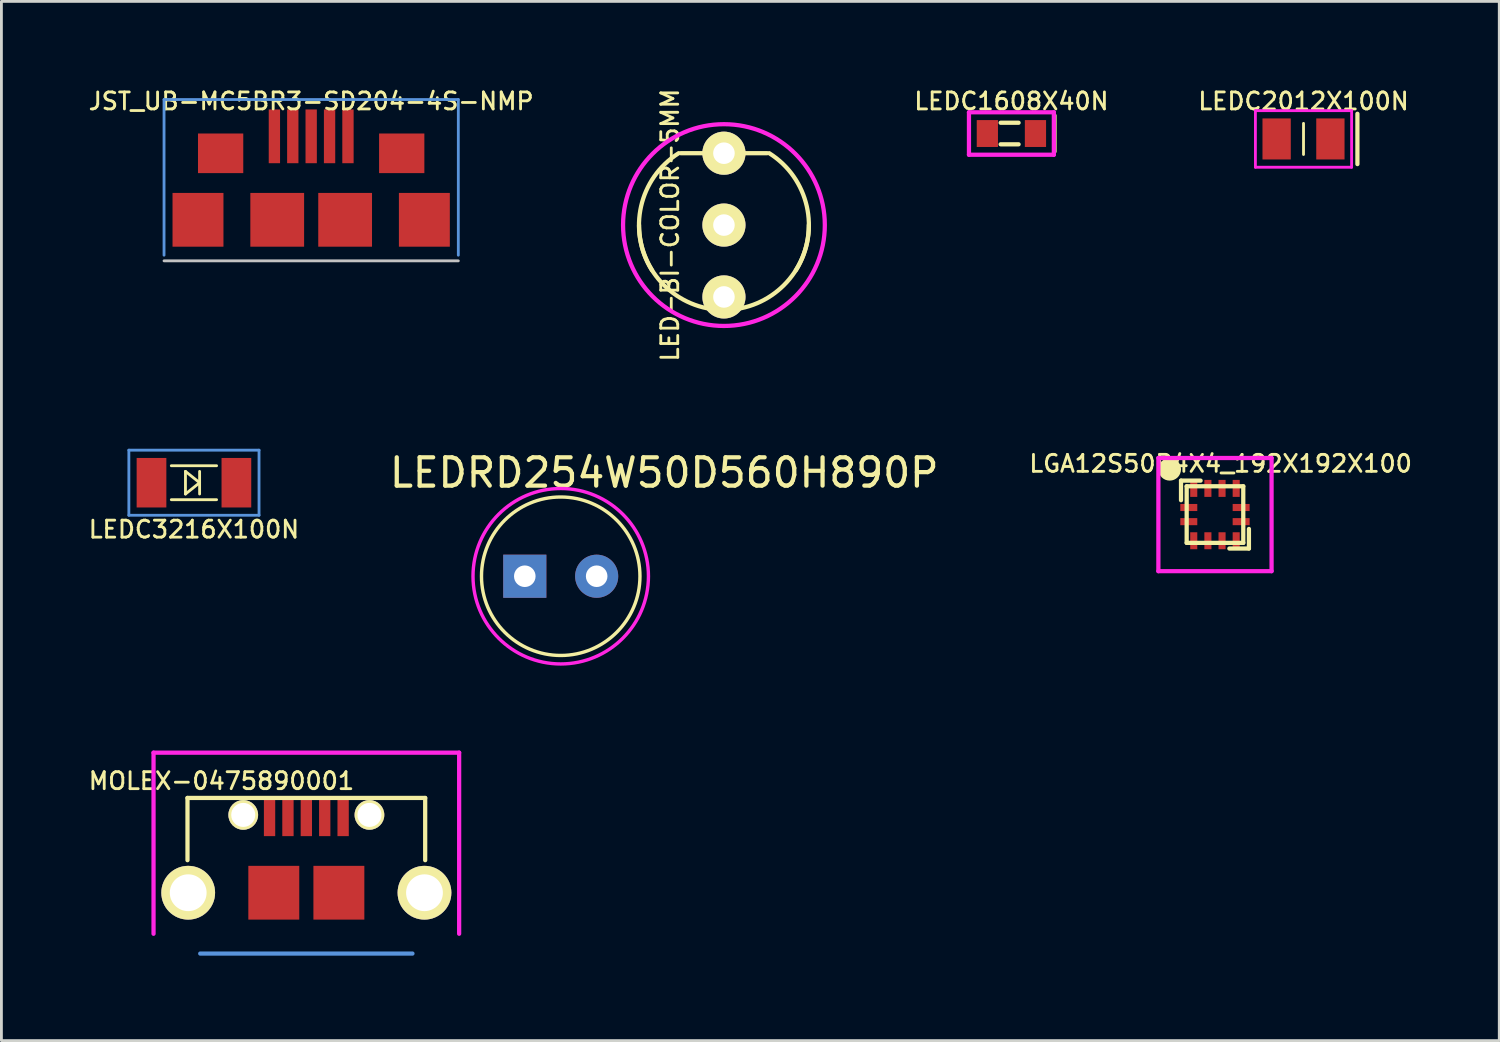
<source format=kicad_pcb>
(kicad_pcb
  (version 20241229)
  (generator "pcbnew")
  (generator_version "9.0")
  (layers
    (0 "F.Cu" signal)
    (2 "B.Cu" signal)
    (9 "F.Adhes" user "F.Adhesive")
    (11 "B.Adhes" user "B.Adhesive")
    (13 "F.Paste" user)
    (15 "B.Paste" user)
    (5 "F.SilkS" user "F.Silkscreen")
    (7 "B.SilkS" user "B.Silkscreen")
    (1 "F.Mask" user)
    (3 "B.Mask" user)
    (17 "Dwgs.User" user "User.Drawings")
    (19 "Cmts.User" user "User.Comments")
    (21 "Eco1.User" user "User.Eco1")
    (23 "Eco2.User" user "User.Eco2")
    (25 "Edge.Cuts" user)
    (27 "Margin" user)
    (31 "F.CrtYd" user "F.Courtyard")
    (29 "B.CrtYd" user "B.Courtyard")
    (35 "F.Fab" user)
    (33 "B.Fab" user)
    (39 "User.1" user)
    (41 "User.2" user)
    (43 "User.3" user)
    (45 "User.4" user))
  (footprint "MOLEX-0475890001"
    (layer "F.Cu")
    (at 7.776 29.949)
    (property "Reference" "MOLEX-0475890001" (at -3 -5.4 0) (layer "F.SilkS") (effects (font (size 0.6 0.6) (thickness 0.1))))
    (attr through_hole)
    (fp_line (start -4.2 -4.8) (end 4.2 -4.8) (stroke (width 0.15) (type solid)) (layer "F.SilkS"))
    (fp_line (start -4.2 -2.6) (end -4.2 -4.8) (stroke (width 0.15) (type solid)) (layer "F.SilkS"))
    (fp_line (start 4.2 -4.8) (end 4.2 -2.6) (stroke (width 0.15) (type solid)) (layer "F.SilkS"))
    (fp_line (start -3.75 0.7) (end 3.75 0.7) (stroke (width 0.15) (type solid)) (layer "Cmts.User"))
    (fp_line (start -5 0) (end 5 0) (stroke (width 0.15) (type solid)) (layer "Margin"))
    (fp_line (start -5.4 -6.4) (end -5.4 0) (stroke (width 0.15) (type solid)) (layer "F.CrtYd"))
    (fp_line (start 5.4 -6.4) (end -5.4 -6.4) (stroke (width 0.15) (type solid)) (layer "F.CrtYd"))
    (fp_line (start 5.4 0) (end 5.4 -6.4) (stroke (width 0.15) (type solid)) (layer "F.CrtYd"))
    (pad "" thru_hole circle (at -4.175 -1.45) (size 1.9 1.9) (drill 1.3) (layers "*.Cu" "*.Mask" "F.SilkS"))
    (pad "" thru_hole circle (at -2.23 -4.2) (size 1.05 1.05) (drill 0.85) (layers "*.Cu" "*.Mask" "F.SilkS"))
    (pad "" smd rect (at -1.15 -1.45) (size 1.8 1.9) (layers "F.Cu" "F.Mask" "F.Paste"))
    (pad "" smd rect (at 1.15 -1.45) (size 1.8 1.9) (layers "F.Cu" "F.Mask" "F.Paste"))
    (pad "" thru_hole circle (at 2.23 -4.2) (size 1.05 1.05) (drill 0.85) (layers "*.Cu" "*.Mask" "F.SilkS"))
    (pad "" thru_hole circle (at 4.175 -1.45) (size 1.9 1.9) (drill 1.3) (layers "*.Cu" "*.Mask" "F.SilkS"))
    (pad "1" smd rect (at -1.3 -4.125) (size 0.4 1.35) (layers "F.Cu" "F.Mask" "F.Paste"))
    (pad "2" smd rect (at -0.65 -4.125) (size 0.4 1.35) (layers "F.Cu" "F.Mask" "F.Paste"))
    (pad "3" smd rect (at 0 -4.125) (size 0.4 1.35) (layers "F.Cu" "F.Mask" "F.Paste"))
    (pad "4" smd rect (at 0.65 -4.125) (size 0.4 1.35) (layers "F.Cu" "F.Mask" "F.Paste"))
    (pad "5" smd rect (at 1.3 -4.125) (size 0.4 1.35) (layers "F.Cu" "F.Mask" "F.Paste")))
  (footprint "LGA12S50P4X4_192X192X100"
    (layer "F.Cu")
    (at 39.887 15.135)
    (property "Reference" "LGA12S50P4X4_192X192X100" (at 0.2 -1.8 0) (layer "F.SilkS") (effects (font (size 0.6 0.6) (thickness 0.1))))
    (attr through_hole)
    (fp_line (start -1.2 -1.2) (end -1.2 -0.508) (stroke (width 0.15) (type solid)) (layer "F.SilkS"))
    (fp_line (start -1 -1) (end 1 -1) (stroke (width 0.15) (type solid)) (layer "F.SilkS"))
    (fp_line (start -1 1) (end -1 -1) (stroke (width 0.15) (type solid)) (layer "F.SilkS"))
    (fp_line (start -0.508 -1.2) (end -1.2 -1.2) (stroke (width 0.15) (type solid)) (layer "F.SilkS"))
    (fp_line (start 1 -1) (end 1 1) (stroke (width 0.15) (type solid)) (layer "F.SilkS"))
    (fp_line (start 1 1) (end -1 1) (stroke (width 0.15) (type solid)) (layer "F.SilkS"))
    (fp_line (start 1.2 0.508) (end 1.2 1.2) (stroke (width 0.15) (type solid)) (layer "F.SilkS"))
    (fp_line (start 1.2 1.2) (end 0.508 1.2) (stroke (width 0.15) (type solid)) (layer "F.SilkS"))
    (fp_circle (center -1.6 -1.6) (end -1.4 -1.6) (stroke (width 0.4) (type solid)) (fill no) (layer "F.SilkS"))
    (fp_line (start -2 -2) (end 2 -2) (stroke (width 0.15) (type solid)) (layer "F.CrtYd"))
    (fp_line (start -2 2) (end -2 -2) (stroke (width 0.15) (type solid)) (layer "F.CrtYd"))
    (fp_line (start 2 -2) (end 2 2) (stroke (width 0.15) (type solid)) (layer "F.CrtYd"))
    (fp_line (start 2 2) (end -2 2) (stroke (width 0.15) (type solid)) (layer "F.CrtYd"))
    (pad "1" smd rect (at -0.75 -0.925) (size 0.25 0.6) (layers "F.Cu" "F.Mask" "F.Paste"))
    (pad "2" smd rect (at -0.925 -0.25) (size 0.6 0.25) (layers "F.Cu" "F.Mask" "F.Paste"))
    (pad "3" smd rect (at -0.925 0.25) (size 0.6 0.25) (layers "F.Cu" "F.Mask" "F.Paste"))
    (pad "4" smd rect (at -0.75 0.925) (size 0.25 0.6) (layers "F.Cu" "F.Mask" "F.Paste"))
    (pad "5" smd rect (at -0.25 0.925) (size 0.25 0.6) (layers "F.Cu" "F.Mask" "F.Paste"))
    (pad "6" smd rect (at 0.25 0.925) (size 0.25 0.6) (layers "F.Cu" "F.Mask" "F.Paste"))
    (pad "7" smd rect (at 0.75 0.925) (size 0.25 0.6) (layers "F.Cu" "F.Mask" "F.Paste"))
    (pad "8" smd rect (at 0.925 0.25) (size 0.6 0.25) (layers "F.Cu" "F.Mask" "F.Paste"))
    (pad "9" smd rect (at 0.925 -0.25) (size 0.6 0.25) (layers "F.Cu" "F.Mask" "F.Paste"))
    (pad "10" smd rect (at 0.75 -0.925) (size 0.25 0.6) (layers "F.Cu" "F.Mask" "F.Paste"))
    (pad "11" smd rect (at 0.25 -0.925) (size 0.25 0.6) (layers "F.Cu" "F.Mask" "F.Paste"))
    (pad "12" smd rect (at -0.25 -0.925) (size 0.25 0.6) (layers "F.Cu" "F.Mask" "F.Paste")))
  (footprint "LEDC3216X100N"
    (layer "F.Cu")
    (at 3.804 14.009)
    (property "Reference" "LEDC3216X100N" (at 0 1.651 0) (layer "F.SilkS") (effects (font (size 0.6 0.6) (thickness 0.1))))
    (attr through_hole)
    (fp_line (start -0.8 -0.6) (end 0.8 -0.6) (stroke (width 0.1) (type solid)) (layer "F.SilkS"))
    (fp_line (start -0.8 0.6) (end 0.8 0.6) (stroke (width 0.1) (type solid)) (layer "F.SilkS"))
    (fp_line (start -0.3 -0.4) (end -0.3 0.4) (stroke (width 0.1) (type solid)) (layer "F.SilkS"))
    (fp_line (start -0.3 0.4) (end 0.2 0) (stroke (width 0.1) (type solid)) (layer "F.SilkS"))
    (fp_line (start 0.2 0) (end -0.3 -0.4) (stroke (width 0.1) (type solid)) (layer "F.SilkS"))
    (fp_line (start 0.2 0.4) (end 0.2 -0.4) (stroke (width 0.1) (type solid)) (layer "F.SilkS"))
    (fp_line (start -2.3 -1.15) (end 2.3 -1.15) (stroke (width 0.1) (type solid)) (layer "Cmts.User"))
    (fp_line (start -2.3 1.15) (end -2.3 -1.15) (stroke (width 0.1) (type solid)) (layer "Cmts.User"))
    (fp_line (start 2.3 -1.15) (end 2.3 1.15) (stroke (width 0.1) (type solid)) (layer "Cmts.User"))
    (fp_line (start 2.3 1.15) (end -2.3 1.15) (stroke (width 0.1) (type solid)) (layer "Cmts.User"))
    (pad "1" smd rect (at -1.5 0) (size 1.05 1.75) (layers "F.Cu" "F.Mask" "F.Paste"))
    (pad "2" smd rect (at 1.5 0) (size 1.05 1.75) (layers "F.Cu" "F.Mask" "F.Paste")))
  (footprint "LEDC2012X100N"
    (layer "F.Cu")
    (at 43.016 1.86)
    (property "Reference" "LEDC2012X100N" (at 0 -1.333 180) (layer "F.SilkS") (effects (font (size 0.6 0.6) (thickness 0.1))))
    (attr through_hole)
    (fp_line (start 0 -0.55) (end 0 0.55) (stroke (width 0.1) (type solid)) (layer "F.SilkS"))
    (fp_line (start 1.905 -0.889) (end 1.905 0.889) (stroke (width 0.15) (type solid)) (layer "F.SilkS"))
    (fp_line (start -1.7 -1) (end 1.7 -1) (stroke (width 0.1) (type solid)) (layer "F.CrtYd"))
    (fp_line (start -1.7 1) (end -1.7 -1) (stroke (width 0.1) (type solid)) (layer "F.CrtYd"))
    (fp_line (start 1.7 -1) (end 1.7 1) (stroke (width 0.1) (type solid)) (layer "F.CrtYd"))
    (fp_line (start 1.7 1) (end -1.7 1) (stroke (width 0.1) (type solid)) (layer "F.CrtYd"))
    (pad "1" smd rect (at -0.95 0) (size 1 1.45) (layers "F.Cu" "F.Mask" "F.Paste"))
    (pad "2" smd rect (at 0.95 0) (size 1 1.45) (layers "F.Cu" "F.Mask" "F.Paste")))
  (footprint "JST_UB-MC5BR3-SD204-4S-NMP"
    (layer "F.Cu")
    (at 7.947 4.718)
    (property "Reference" "JST_UB-MC5BR3-SD204-4S-NMP" (at 0 -4.191 0) (layer "F.SilkS") (effects (font (size 0.6 0.6) (thickness 0.1))))
    (attr through_hole)
    (fp_line (start -5.2 1.45) (end 5.2 1.45) (stroke (width 0.1) (type solid)) (layer "Dwgs.User"))
    (fp_line (start -5.2 -4.25) (end 5.2 -4.25) (stroke (width 0.1) (type solid)) (layer "Cmts.User"))
    (fp_line (start -5.2 1.25) (end -5.2 -4.25) (stroke (width 0.1) (type solid)) (layer "Cmts.User"))
    (fp_line (start 5.2 -4.25) (end 5.2 1.25) (stroke (width 0.1) (type solid)) (layer "Cmts.User"))
    (pad "" smd rect (at -4 0) (size 1.8 1.9) (layers "F.Cu" "F.Mask" "F.Paste"))
    (pad "" smd rect (at -3.2 -2.35) (size 1.6 1.4) (layers "F.Cu" "F.Mask" "F.Paste"))
    (pad "" smd rect (at -1.2 0) (size 1.9 1.9) (layers "F.Cu" "F.Mask" "F.Paste"))
    (pad "" smd rect (at 1.2 0) (size 1.9 1.9) (layers "F.Cu" "F.Mask" "F.Paste"))
    (pad "" smd rect (at 3.2 -2.35) (size 1.6 1.4) (layers "F.Cu" "F.Mask" "F.Paste"))
    (pad "" smd rect (at 4 0) (size 1.8 1.9) (layers "F.Cu" "F.Mask" "F.Paste"))
    (pad "1" smd rect (at -1.3 -2.95) (size 0.4 1.9) (layers "F.Cu" "F.Mask" "F.Paste"))
    (pad "2" smd rect (at -0.65 -2.95) (size 0.4 1.9) (layers "F.Cu" "F.Mask" "F.Paste"))
    (pad "3" smd rect (at 0 -2.95) (size 0.4 1.9) (layers "F.Cu" "F.Mask" "F.Paste"))
    (pad "4" smd rect (at 0.65 -2.95) (size 0.4 1.9) (layers "F.Cu" "F.Mask" "F.Paste"))
    (pad "5" smd rect (at 1.3 -2.95) (size 0.4 1.9) (layers "F.Cu" "F.Mask" "F.Paste")))
  (footprint "LED-BI-COLOR-5MM"
    (layer "F.Cu")
    (at 22.534 4.904)
    (property "Reference" "LED-BI-COLOR-5MM" (at -1.905 0 90) (layer "F.SilkS") (effects (font (size 0.6 0.6) (thickness 0.1))))
    (attr through_hole)
    (fp_line (start -1.524 -2.54) (end 1.524 -2.54) (stroke (width 0.15) (type solid)) (layer "F.SilkS"))
    (fp_arc (start -2.54 1.6) (mid -2.927422 -0.66468) (end -1.6 -2.54) (stroke (width 0.15) (type solid)) (layer "F.SilkS"))
    (fp_arc (start 0 3) (mid -2.12132 2.12132) (end -3 0) (stroke (width 0.15) (type solid)) (layer "F.SilkS"))
    (fp_arc (start 1.6 -2.54) (mid 2.927422 -0.66468) (end 2.54 1.6) (stroke (width 0.15) (type solid)) (layer "F.SilkS"))
    (fp_arc (start 3 0) (mid 2.12132 2.12132) (end 0 3) (stroke (width 0.15) (type solid)) (layer "F.SilkS"))
    (fp_circle (center 0 0) (end 3.556 -0.254) (stroke (width 0.15) (type solid)) (fill no) (layer "F.CrtYd"))
    (pad "1" thru_hole circle (at 0 -2.54) (size 1.524 1.524) (drill 0.762) (layers "*.Cu" "*.Mask" "F.SilkS"))
    (pad "2" thru_hole circle (at 0 0) (size 1.524 1.524) (drill 0.762) (layers "*.Cu" "*.Mask" "F.SilkS"))
    (pad "3" thru_hole circle (at 0 2.54) (size 1.524 1.524) (drill 0.762) (layers "*.Cu" "*.Mask" "F.SilkS")))
  (footprint "LEDRD254W50D560H890P"
    (layer "F.Cu")
    (at 16.766 17.314)
    (property "Reference" "LEDRD254W50D560H890P" (at 3.658 -3.658 0) (layer "F.SilkS") (effects (font (size 1 1) (thickness 0.15))))
    (attr through_hole)
    (fp_circle (center 0 0) (end 2.8 0) (stroke (width 0.12) (type solid)) (fill no) (layer "F.SilkS"))
    (fp_circle (center 0 0) (end 3.1 0) (stroke (width 0.12) (type solid)) (fill no) (layer "F.CrtYd"))
    (pad "1" thru_hole rect (at -1.27 0) (size 1.524 1.524) (drill 0.762) (layers "*.Cu" "*.Mask"))
    (pad "2" thru_hole circle (at 1.27 0) (size 1.524 1.524) (drill 0.762) (layers "*.Cu" "*.Mask")))
  (footprint "LEDC1608X40N"
    (layer "F.Cu")
    (at 32.693 1.669)
    (property "Reference" "LEDC1608X40N" (at 0 -1.143 0) (layer "F.SilkS") (effects (font (size 0.6 0.6) (thickness 0.1))))
    (attr through_hole)
    (fp_line (start -0.381 -0.381) (end 0.254 -0.381) (stroke (width 0.15) (type solid)) (layer "F.SilkS"))
    (fp_line (start -0.381 0.381) (end 0.254 0.381) (stroke (width 0.15) (type solid)) (layer "F.SilkS"))
    (fp_line (start 1.524 -0.635) (end 1.524 0.635) (stroke (width 0.15) (type solid)) (layer "F.SilkS"))
    (fp_line (start -1.5 -0.75) (end 1.5 -0.75) (stroke (width 0.15) (type solid)) (layer "F.CrtYd"))
    (fp_line (start -1.5 0.75) (end -1.5 -0.75) (stroke (width 0.15) (type solid)) (layer "F.CrtYd"))
    (fp_line (start 1.5 -0.75) (end 1.5 0.75) (stroke (width 0.15) (type solid)) (layer "F.CrtYd"))
    (fp_line (start 1.5 0.75) (end -1.5 0.75) (stroke (width 0.15) (type solid)) (layer "F.CrtYd"))
    (pad "1" smd rect (at -0.85 0) (size 0.75 0.95) (layers "F.Cu" "F.Mask" "F.Paste"))
    (pad "2" smd rect (at 0.85 0) (size 0.75 0.95) (layers "F.Cu" "F.Mask" "F.Paste")))
  (gr_rect
    (start -3 -3)
    (end 49.934 33.724)
    (stroke (width 0.1) (type default))
    (fill no)
    (layer "Edge.Cuts")))
</source>
